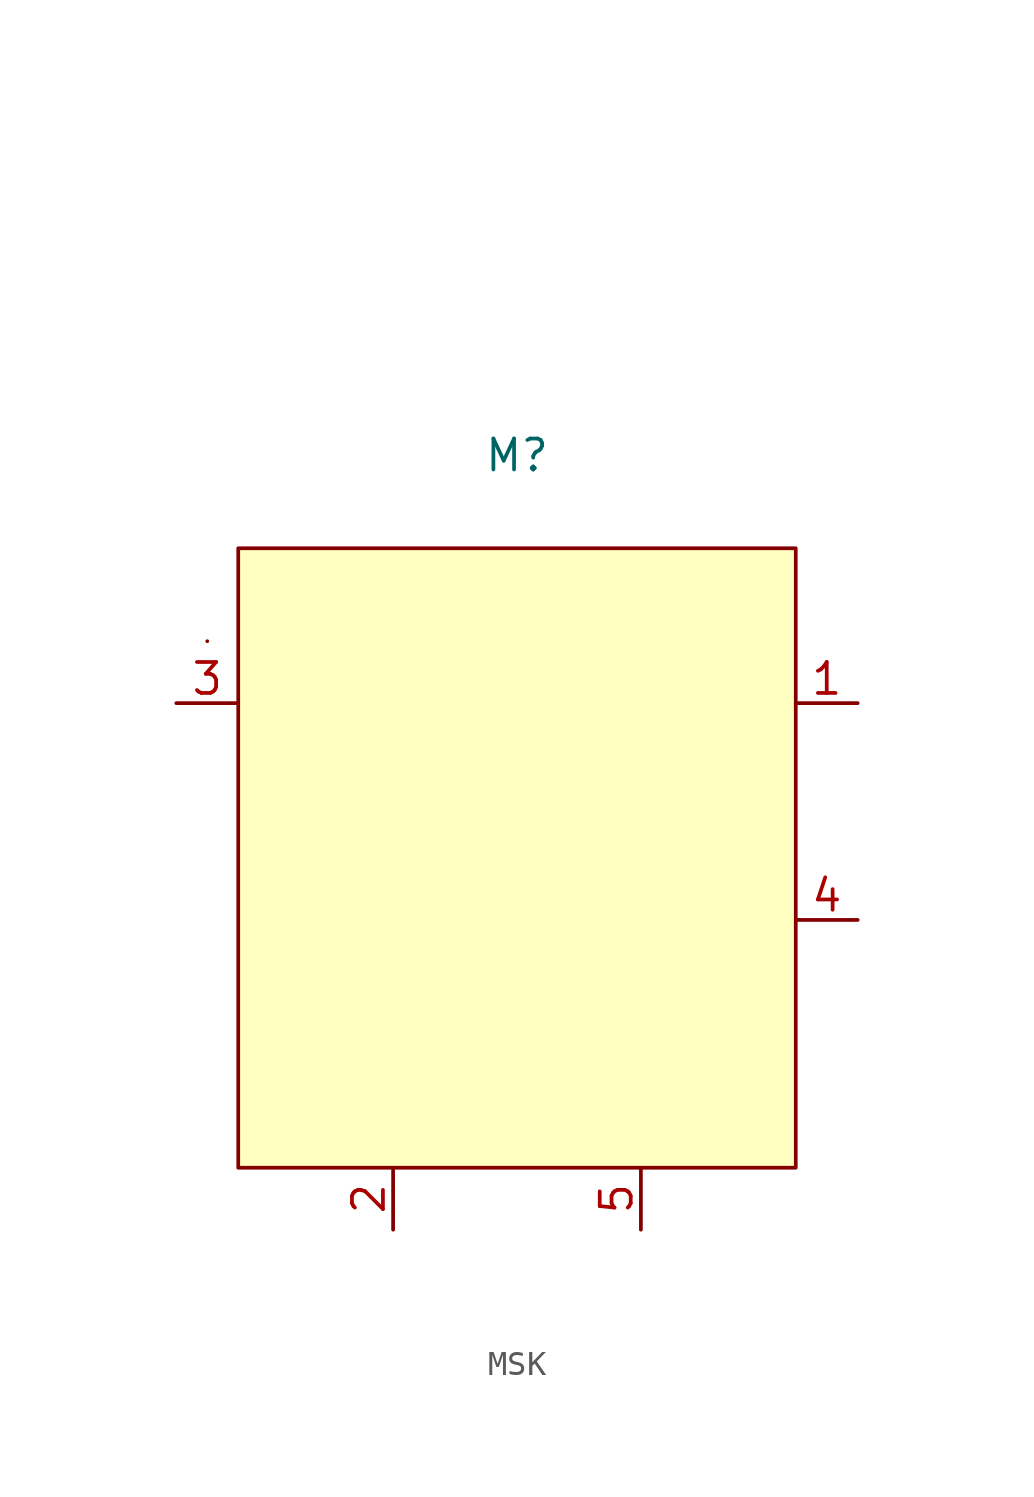
<source format=kicad_sym>
(kicad_symbol_lib
  (version 20231120)
  (generator "kicad_symbol_editor")
  (generator_version "8.0")
  (symbol "MSK"
    (property "Reference" "M"
      (at 0 -10.16 0)
      (effects (font (size 1.27 1.27))))
    (property "Value" ""
      (at 0 0 0)
      (effects (font (size 1.27 1.27))))
    (symbol "MSK_1_1"
      (rectangle (start -12.7 -17.78) (end -12.7 -17.78) (stroke (width 0) (type default)) (fill (type none)))
      (rectangle (start -11.43 -13.97) (end 11.43 -39.37) (stroke (width 0) (type default)) (fill (type background)))
      (pin output line (at 13.97 -20.32 180) (length 2.54) (name "" (effects (font (size 1.27 1.27)))) (number "1" (effects (font (size 1.27 1.27)))))
      (pin output line (at -5.08 -41.91 90) (length 2.54) (name "" (effects (font (size 1.27 1.27)))) (number "2" (effects (font (size 1.27 1.27)))))
      (pin input line (at -13.97 -20.32 0) (length 2.54) (name "" (effects (font (size 1.27 1.27)))) (number "3" (effects (font (size 1.27 1.27)))))
      (pin output line (at 13.97 -29.21 180) (length 2.54) (name "" (effects (font (size 1.27 1.27)))) (number "4" (effects (font (size 1.27 1.27)))))
      (pin output line (at 5.08 -41.91 90) (length 2.54) (name "" (effects (font (size 1.27 1.27)))) (number "5" (effects (font (size 1.27 1.27))))))))
</source>
